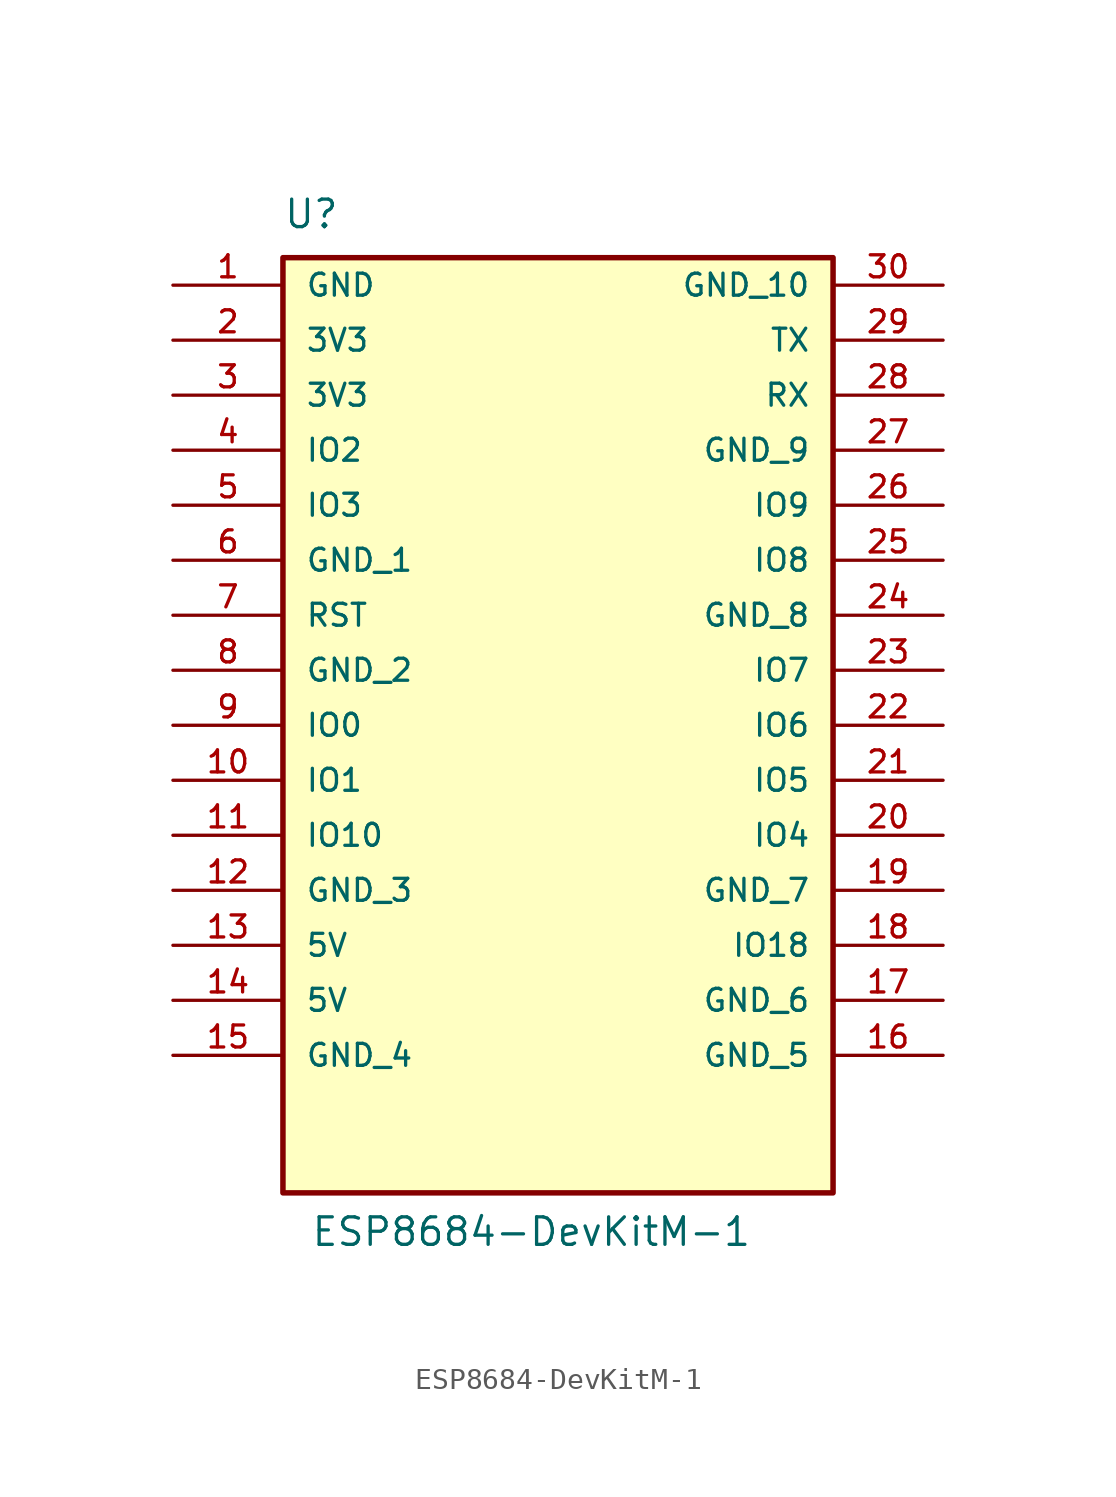
<source format=kicad_sym>
(kicad_symbol_lib
  (version 20220914)
  (generator kicad_symbol_editor)
  (symbol "ESP8684-DevKitM-1"
    (pin_names
      (offset 1.016))
    (property "Reference" "U"
      (at -12.7 19.05 0)
      (effects (font (size 1.27 1.27)) (justify left bottom)))
    (property "Value" "ESP8684-DevKitM-1"
      (at -11.43 -27.94 0)
      (effects (font (size 1.27 1.27)) (justify left bottom)))
    (symbol "ESP8684-DevKitM-1_0_0"
      (rectangle (start -12.7 17.78) (end 12.7 -25.4) (stroke (width 0.254) (type default)) (fill (type background)))
      (pin power_in line (at -17.78 16.51 0) (length 5.08) (name "GND" (effects (font (size 1.016 1.016)))) (number "1" (effects (font (size 1.016 1.016)))))
      (pin power_in line (at -17.78 13.97 0) (length 5.08) (name "3V3" (effects (font (size 1.016 1.016)))) (number "2" (effects (font (size 1.016 1.016)))))
      (pin input line (at -17.78 1.27 0) (length 5.08) (name "RST" (effects (font (size 1.016 1.016)))) (number "7" (effects (font (size 1.016 1.016))))))
    (symbol "ESP8684-DevKitM-1_1_0"
      (pin bidirectional line (at -17.78 -6.35 0) (length 5.08) (name "IO1" (effects (font (size 1.016 1.016)))) (number "10" (effects (font (size 1.016 1.016)))))
      (pin bidirectional line (at -17.78 -8.89 0) (length 5.08) (name "IO10" (effects (font (size 1.016 1.016)))) (number "11" (effects (font (size 1.016 1.016)))))
      (pin power_in line (at -17.78 -11.43 0) (length 5.08) (name "GND_3" (effects (font (size 1.016 1.016)))) (number "12" (effects (font (size 1.016 1.016)))))
      (pin power_in line (at -17.78 -13.97 0) (length 5.08) (name "5V" (effects (font (size 1.016 1.016)))) (number "13" (effects (font (size 1.016 1.016)))))
      (pin power_in line (at -17.78 -16.51 0) (length 5.08) (name "5V" (effects (font (size 1.016 1.016)))) (number "14" (effects (font (size 1.016 1.016)))))
      (pin power_in line (at -17.78 -19.05 0) (length 5.08) (name "GND_4" (effects (font (size 1.016 1.016)))) (number "15" (effects (font (size 1.016 1.016)))))
      (pin power_in line (at 17.78 -19.05 180) (length 5.08) (name "GND_5" (effects (font (size 1.016 1.016)))) (number "16" (effects (font (size 1.016 1.016)))))
      (pin power_in line (at 17.78 -16.51 180) (length 5.08) (name "GND_6" (effects (font (size 1.016 1.016)))) (number "17" (effects (font (size 1.016 1.016)))))
      (pin bidirectional line (at 17.78 -13.97 180) (length 5.08) (name "IO18" (effects (font (size 1.016 1.016)))) (number "18" (effects (font (size 1.016 1.016)))))
      (pin power_in line (at 17.78 -11.43 180) (length 5.08) (name "GND_7" (effects (font (size 1.016 1.016)))) (number "19" (effects (font (size 1.016 1.016)))))
      (pin bidirectional line (at 17.78 -8.89 180) (length 5.08) (name "IO4" (effects (font (size 1.016 1.016)))) (number "20" (effects (font (size 1.016 1.016)))))
      (pin bidirectional line (at 17.78 -6.35 180) (length 5.08) (name "IO5" (effects (font (size 1.016 1.016)))) (number "21" (effects (font (size 1.016 1.016)))))
      (pin bidirectional line (at 17.78 -3.81 180) (length 5.08) (name "IO6" (effects (font (size 1.016 1.016)))) (number "22" (effects (font (size 1.016 1.016)))))
      (pin bidirectional line (at 17.78 -1.27 180) (length 5.08) (name "IO7" (effects (font (size 1.016 1.016)))) (number "23" (effects (font (size 1.016 1.016)))))
      (pin power_in line (at 17.78 1.27 180) (length 5.08) (name "GND_8" (effects (font (size 1.016 1.016)))) (number "24" (effects (font (size 1.016 1.016)))))
      (pin bidirectional line (at 17.78 3.81 180) (length 5.08) (name "IO8" (effects (font (size 1.016 1.016)))) (number "25" (effects (font (size 1.016 1.016)))))
      (pin bidirectional line (at 17.78 6.35 180) (length 5.08) (name "IO9" (effects (font (size 1.016 1.016)))) (number "26" (effects (font (size 1.016 1.016)))))
      (pin power_in line (at 17.78 8.89 180) (length 5.08) (name "GND_9" (effects (font (size 1.016 1.016)))) (number "27" (effects (font (size 1.016 1.016)))))
      (pin bidirectional line (at 17.78 11.43 180) (length 5.08) (name "RX" (effects (font (size 1.016 1.016)))) (number "28" (effects (font (size 1.016 1.016)))))
      (pin bidirectional line (at 17.78 13.97 180) (length 5.08) (name "TX" (effects (font (size 1.016 1.016)))) (number "29" (effects (font (size 1.016 1.016)))))
      (pin power_in line (at -17.78 11.43 0) (length 5.08) (name "3V3" (effects (font (size 1.016 1.016)))) (number "3" (effects (font (size 1.016 1.016)))))
      (pin power_in line (at 17.78 16.51 180) (length 5.08) (name "GND_10" (effects (font (size 1.016 1.016)))) (number "30" (effects (font (size 1.016 1.016)))))
      (pin bidirectional line (at -17.78 8.89 0) (length 5.08) (name "IO2" (effects (font (size 1.016 1.016)))) (number "4" (effects (font (size 1.016 1.016)))))
      (pin bidirectional line (at -17.78 6.35 0) (length 5.08) (name "IO3" (effects (font (size 1.016 1.016)))) (number "5" (effects (font (size 1.016 1.016)))))
      (pin power_in line (at -17.78 3.81 0) (length 5.08) (name "GND_1" (effects (font (size 1.016 1.016)))) (number "6" (effects (font (size 1.016 1.016)))))
      (pin power_in line (at -17.78 -1.27 0) (length 5.08) (name "GND_2" (effects (font (size 1.016 1.016)))) (number "8" (effects (font (size 1.016 1.016)))))
      (pin bidirectional line (at -17.78 -3.81 0) (length 5.08) (name "IO0" (effects (font (size 1.016 1.016)))) (number "9" (effects (font (size 1.016 1.016))))))))
</source>
